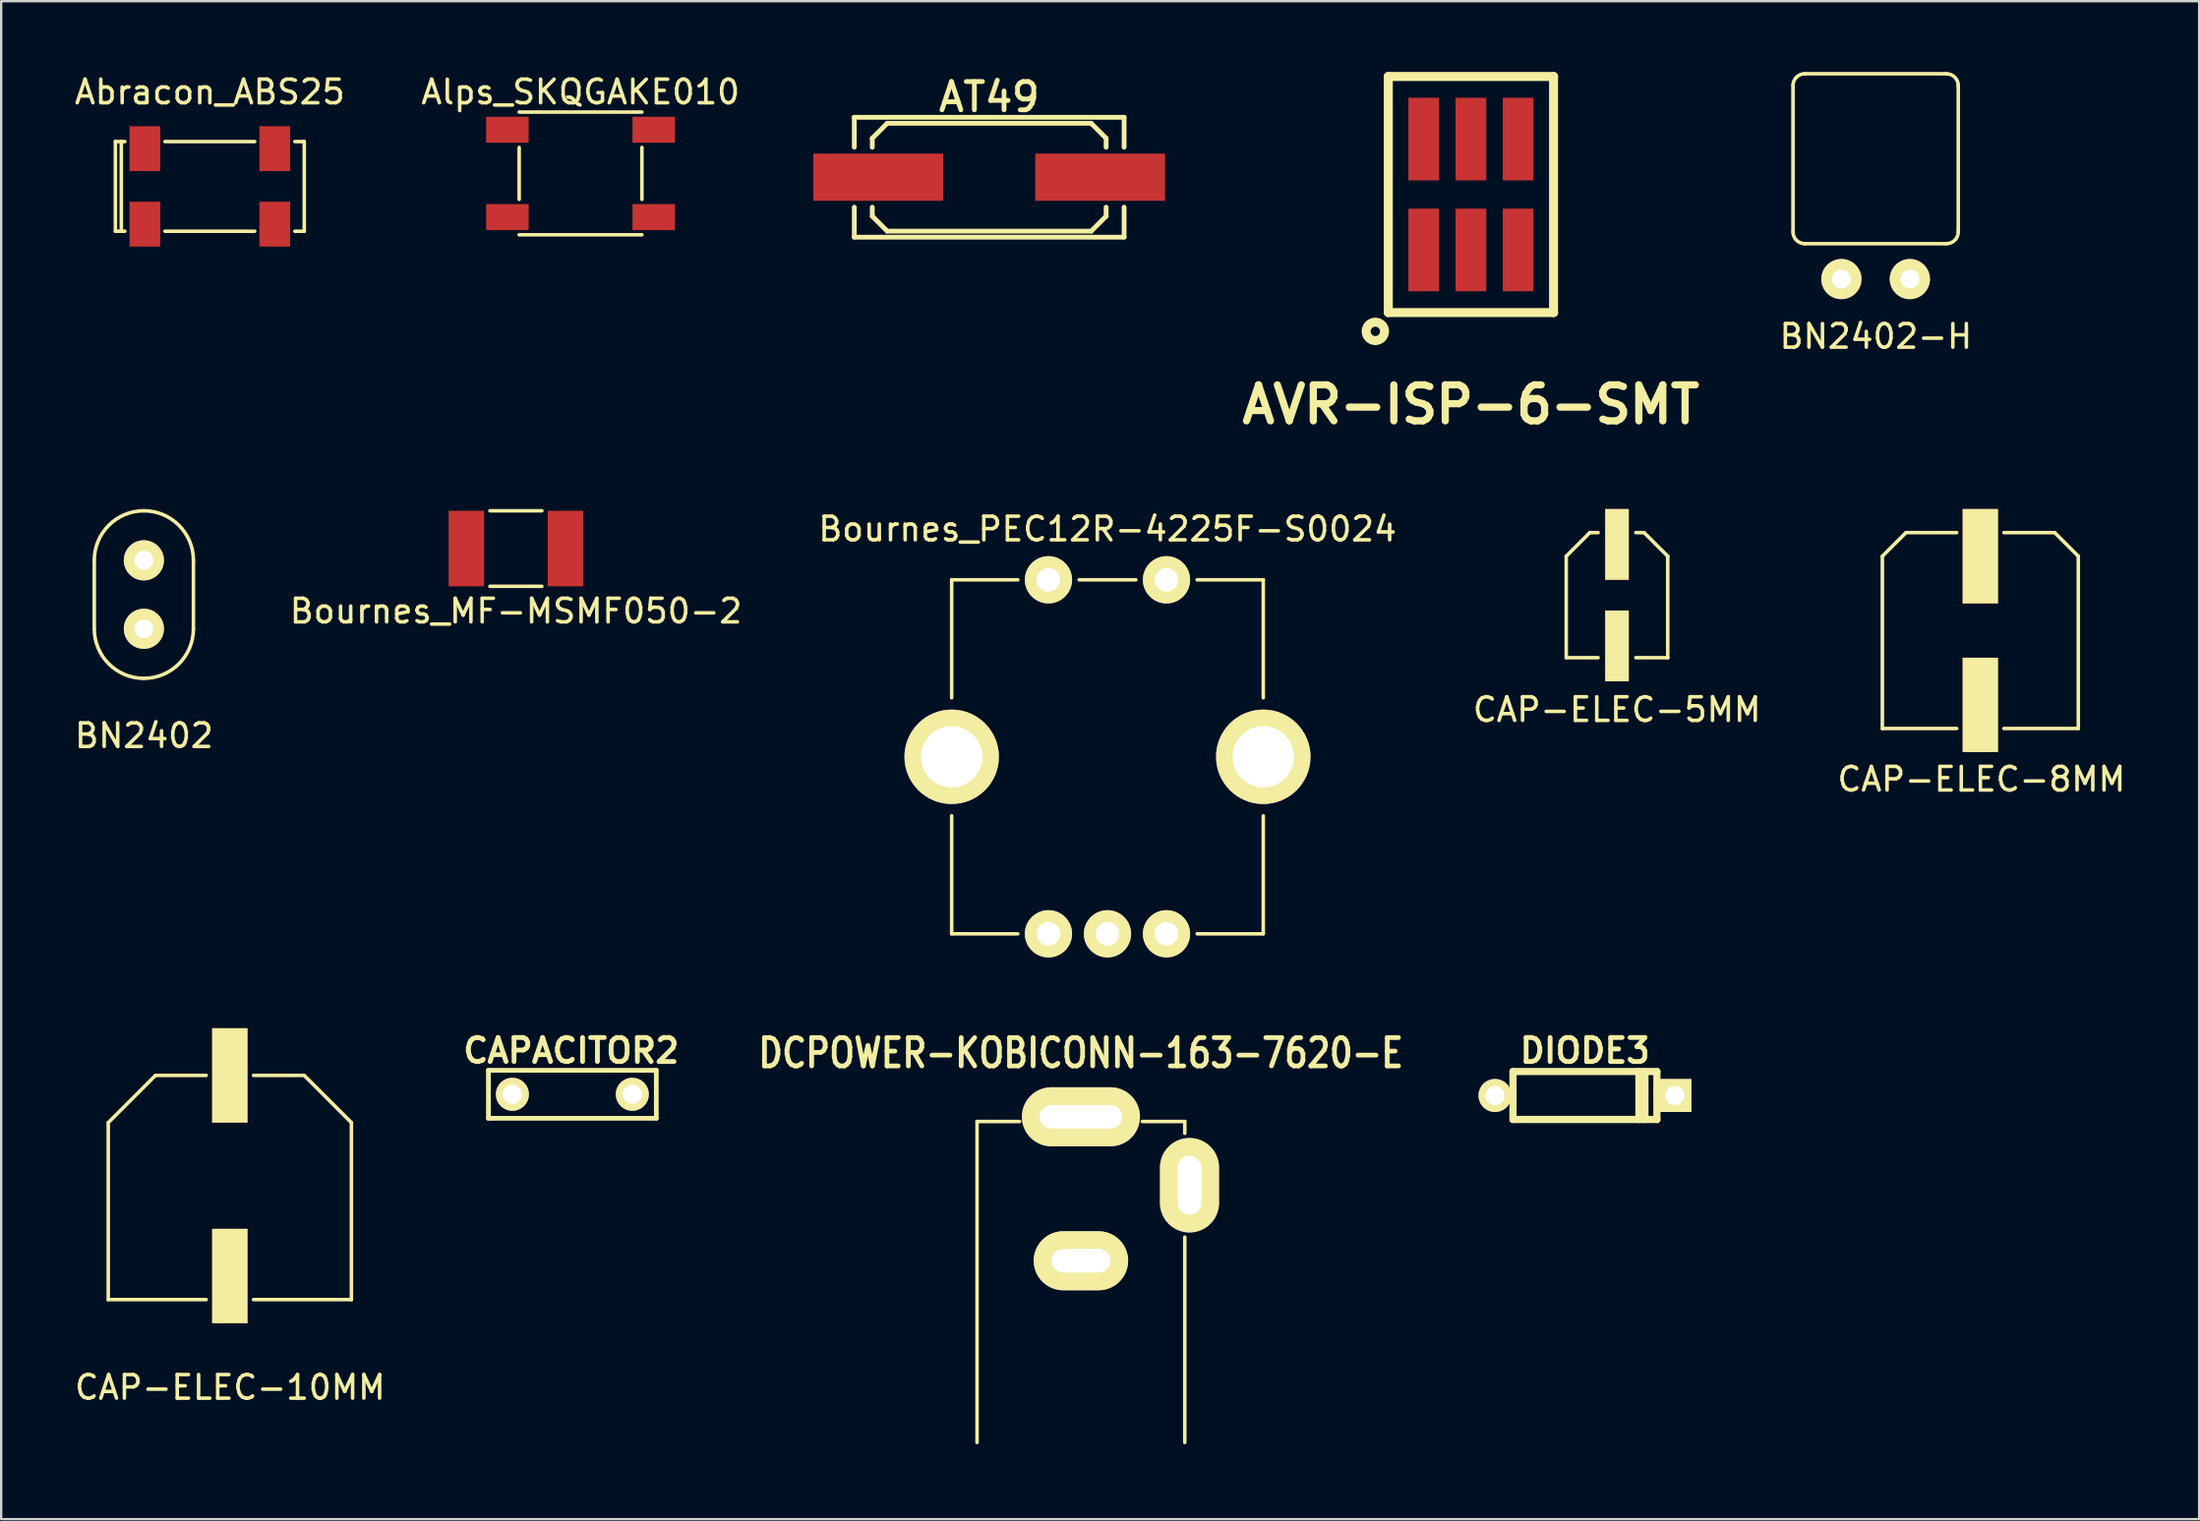
<source format=kicad_pcb>
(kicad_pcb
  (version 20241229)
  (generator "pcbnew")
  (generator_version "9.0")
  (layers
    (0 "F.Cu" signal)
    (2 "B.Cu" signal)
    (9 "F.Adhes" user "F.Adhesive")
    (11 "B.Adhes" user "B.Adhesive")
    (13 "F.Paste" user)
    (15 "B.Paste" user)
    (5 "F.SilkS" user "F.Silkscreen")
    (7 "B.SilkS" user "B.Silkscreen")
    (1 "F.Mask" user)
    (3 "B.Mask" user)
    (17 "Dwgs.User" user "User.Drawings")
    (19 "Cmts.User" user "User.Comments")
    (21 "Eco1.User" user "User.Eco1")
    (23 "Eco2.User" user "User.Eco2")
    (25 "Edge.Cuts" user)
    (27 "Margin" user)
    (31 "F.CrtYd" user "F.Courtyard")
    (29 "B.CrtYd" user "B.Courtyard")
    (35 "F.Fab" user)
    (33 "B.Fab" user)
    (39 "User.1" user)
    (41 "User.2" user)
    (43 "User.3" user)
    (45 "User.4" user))
  (footprint "BN2402"
    (layer "F.Cu")
    (at 3.044 25.693)
    (property "Reference" "BN2402" (at 0.01 2.43 0) (layer "F.SilkS") (effects (font (size 1 1) (thickness 0.15))))
    (attr through_hole)
    (fp_line (start -2.1 -2.1) (end -2.1 -5) (stroke (width 0.15) (type solid)) (layer "F.SilkS"))
    (fp_line (start 2.1 -2.1) (end 2.1 -5) (stroke (width 0.15) (type solid)) (layer "F.SilkS"))
    (fp_arc (start -2.1 -5) (mid -1.484924 -6.484924) (end 0 -7.1) (stroke (width 0.15) (type solid)) (layer "F.SilkS"))
    (fp_arc (start 0 -7.1) (mid 1.484924 -6.484924) (end 2.1 -5) (stroke (width 0.15) (type solid)) (layer "F.SilkS"))
    (fp_arc (start 0 0) (mid -1.484924 -0.615076) (end -2.1 -2.1) (stroke (width 0.15) (type solid)) (layer "F.SilkS"))
    (fp_arc (start 2.1 -2.1) (mid 1.484924 -0.615076) (end 0 0) (stroke (width 0.15) (type solid)) (layer "F.SilkS"))
    (pad "1" thru_hole circle (at 0 -2.1) (size 1.7 1.7) (drill 0.8) (layers "*.Cu" "*.Mask" "F.SilkS"))
    (pad "2" thru_hole circle (at 0 -5) (size 1.7 1.7) (drill 0.8) (layers "*.Cu" "*.Mask" "F.SilkS")))
  (footprint "CAP-ELEC-8MM"
    (layer "F.Cu")
    (at 80.837 28.818)
    (property "Reference" "CAP-ELEC-8MM" (at 0.05 1.15 0) (layer "F.SilkS") (effects (font (size 1 1) (thickness 0.15))))
    (attr through_hole)
    (fp_line (start -4.15 -8.3) (end -4.15 -1) (stroke (width 0.15) (type solid)) (layer "F.SilkS"))
    (fp_line (start -3.15 -9.3) (end -4.15 -8.3) (stroke (width 0.15) (type solid)) (layer "F.SilkS"))
    (fp_line (start -1 -9.3) (end -3.15 -9.3) (stroke (width 0.15) (type solid)) (layer "F.SilkS"))
    (fp_line (start -1 -1) (end -4.15 -1) (stroke (width 0.15) (type solid)) (layer "F.SilkS"))
    (fp_line (start 1 -9.3) (end 3.15 -9.3) (stroke (width 0.15) (type solid)) (layer "F.SilkS"))
    (fp_line (start 1 -1) (end 4.15 -1) (stroke (width 0.15) (type solid)) (layer "F.SilkS"))
    (fp_line (start 3.15 -9.3) (end 4.15 -8.3) (stroke (width 0.15) (type solid)) (layer "F.SilkS"))
    (fp_line (start 4.15 -8.3) (end 4.15 -1) (stroke (width 0.15) (type solid)) (layer "F.SilkS"))
    (pad "1" smd rect (at 0 -8.3) (size 1.5 4) (layers "F.Cu" "F.Mask" "F.SilkS"))
    (pad "2" smd rect (at 0 -2) (size 1.5 4) (layers "F.Cu" "F.Mask" "F.SilkS")))
  (footprint "CAP-ELEC-5MM"
    (layer "F.Cu")
    (at 65.446 25.818)
    (property "Reference" "CAP-ELEC-5MM" (at 0 1.2 0) (layer "F.SilkS") (effects (font (size 1 1) (thickness 0.15))))
    (attr through_hole)
    (fp_line (start -2.15 -5.3) (end -2.15 -1) (stroke (width 0.15) (type solid)) (layer "F.SilkS"))
    (fp_line (start -1.15 -6.3) (end -2.15 -5.3) (stroke (width 0.15) (type solid)) (layer "F.SilkS"))
    (fp_line (start -0.8 -6.3) (end -1.15 -6.3) (stroke (width 0.15) (type solid)) (layer "F.SilkS"))
    (fp_line (start -0.8 -1) (end -2.15 -1) (stroke (width 0.15) (type solid)) (layer "F.SilkS"))
    (fp_line (start 0.8 -6.3) (end 1.15 -6.3) (stroke (width 0.15) (type solid)) (layer "F.SilkS"))
    (fp_line (start 0.8 -1) (end 2.15 -1) (stroke (width 0.15) (type solid)) (layer "F.SilkS"))
    (fp_line (start 1.15 -6.3) (end 2.15 -5.3) (stroke (width 0.15) (type solid)) (layer "F.SilkS"))
    (fp_line (start 2.15 -5.3) (end 2.15 -1) (stroke (width 0.15) (type solid)) (layer "F.SilkS"))
    (pad "1" smd rect (at 0 -5.8) (size 1 3) (layers "F.Cu" "F.Mask" "F.SilkS"))
    (pad "2" smd rect (at 0 -1.5) (size 1 3) (layers "F.Cu" "F.Mask" "F.SilkS")))
  (footprint "AT49"
    (layer "F.Cu")
    (at 38.853 4.459)
    (property "Reference" "AT49" (at 0 -3.4 0) (layer "F.SilkS") (effects (font (size 1.2 1.2) (thickness 0.203))))
    (attr through_hole)
    (fp_line (start -5.715 -2.54) (end -5.715 -1.27) (stroke (width 0.203) (type solid)) (layer "F.SilkS"))
    (fp_line (start -5.715 -2.54) (end 5.715 -2.54) (stroke (width 0.203) (type solid)) (layer "F.SilkS"))
    (fp_line (start -5.715 2.54) (end -5.715 1.27) (stroke (width 0.203) (type solid)) (layer "F.SilkS"))
    (fp_line (start -4.953 -1.651) (end -4.953 -1.27) (stroke (width 0.203) (type solid)) (layer "F.SilkS"))
    (fp_line (start -4.953 1.651) (end -4.953 1.27) (stroke (width 0.203) (type solid)) (layer "F.SilkS"))
    (fp_line (start -4.953 1.651) (end -4.318 2.286) (stroke (width 0.203) (type solid)) (layer "F.SilkS"))
    (fp_line (start -4.318 -2.286) (end -4.953 -1.651) (stroke (width 0.203) (type solid)) (layer "F.SilkS"))
    (fp_line (start -4.318 2.286) (end 4.318 2.286) (stroke (width 0.203) (type solid)) (layer "F.SilkS"))
    (fp_line (start 4.318 -2.286) (end -4.318 -2.286) (stroke (width 0.203) (type solid)) (layer "F.SilkS"))
    (fp_line (start 4.318 2.286) (end 4.953 1.651) (stroke (width 0.203) (type solid)) (layer "F.SilkS"))
    (fp_line (start 4.953 -1.651) (end 4.318 -2.286) (stroke (width 0.203) (type solid)) (layer "F.SilkS"))
    (fp_line (start 4.953 -1.651) (end 4.953 -1.27) (stroke (width 0.203) (type solid)) (layer "F.SilkS"))
    (fp_line (start 4.953 1.651) (end 4.953 1.27) (stroke (width 0.203) (type solid)) (layer "F.SilkS"))
    (fp_line (start 5.715 -2.54) (end 5.715 -1.27) (stroke (width 0.203) (type solid)) (layer "F.SilkS"))
    (fp_line (start 5.715 2.54) (end -5.715 2.54) (stroke (width 0.203) (type solid)) (layer "F.SilkS"))
    (fp_line (start 5.715 2.54) (end 5.715 1.27) (stroke (width 0.203) (type solid)) (layer "F.SilkS"))
    (pad "1" smd rect (at -4.699 0) (size 5.499 1.999) (layers "F.Cu" "F.Mask" "F.Paste"))
    (pad "2" smd rect (at 4.699 0) (size 5.499 1.999) (layers "F.Cu" "F.Mask" "F.Paste")))
  (footprint "Bournes_MF-MSMF050-2"
    (layer "F.Cu")
    (at 18.804 20.193)
    (property "Reference" "Bournes_MF-MSMF050-2" (at 0 2.65 0) (layer "F.SilkS") (effects (font (size 1 1) (thickness 0.15))))
    (attr through_hole)
    (fp_line (start -1.1 -1.6) (end 1.1 -1.6) (stroke (width 0.15) (type solid)) (layer "F.SilkS"))
    (fp_line (start -1.1 1.6) (end 1.1 1.6) (stroke (width 0.15) (type solid)) (layer "F.SilkS"))
    (pad "1" smd rect (at -2.1 0) (size 1.5 3.2) (layers "F.Cu" "F.Mask" "F.Paste"))
    (pad "2" smd rect (at 2.1 0) (size 1.5 3.2) (layers "F.Cu" "F.Mask" "F.Paste")))
  (footprint "Bournes_PEC12R-4225F-S0024"
    (layer "F.Cu")
    (at 43.863 29.017)
    (property "Reference" "Bournes_PEC12R-4225F-S0024" (at 0 -9.65 0) (layer "F.SilkS") (effects (font (size 1 1) (thickness 0.15))))
    (attr through_hole)
    (fp_line (start -6.6 -7.5) (end -3.8 -7.5) (stroke (width 0.15) (type solid)) (layer "F.SilkS"))
    (fp_line (start -6.6 -2.5) (end -6.6 -7.5) (stroke (width 0.15) (type solid)) (layer "F.SilkS"))
    (fp_line (start -6.6 2.5) (end -6.6 7.5) (stroke (width 0.15) (type solid)) (layer "F.SilkS"))
    (fp_line (start -6.6 7.5) (end -3.8 7.5) (stroke (width 0.15) (type solid)) (layer "F.SilkS"))
    (fp_line (start -1.2 -7.5) (end 1.2 -7.5) (stroke (width 0.15) (type solid)) (layer "F.SilkS"))
    (fp_line (start 3.8 -7.5) (end 6.6 -7.5) (stroke (width 0.15) (type solid)) (layer "F.SilkS"))
    (fp_line (start 3.8 7.5) (end 6.6 7.5) (stroke (width 0.15) (type solid)) (layer "F.SilkS"))
    (fp_line (start 6.6 -7.5) (end 6.6 -2.5) (stroke (width 0.15) (type solid)) (layer "F.SilkS"))
    (fp_line (start 6.6 7.5) (end 6.6 2.5) (stroke (width 0.15) (type solid)) (layer "F.SilkS"))
    (pad "" thru_hole circle (at -6.6 0) (size 4 4) (drill 2.6) (layers "*.Cu" "*.Mask" "F.SilkS"))
    (pad "" thru_hole circle (at 6.6 0) (size 4 4) (drill 2.6) (layers "*.Cu" "*.Mask" "F.SilkS"))
    (pad "1" thru_hole circle (at -2.5 7.5) (size 2 2) (drill 1) (layers "*.Cu" "*.Mask" "F.SilkS"))
    (pad "2" thru_hole circle (at 0 7.5) (size 2 2) (drill 1) (layers "*.Cu" "*.Mask" "F.SilkS"))
    (pad "3" thru_hole circle (at 2.5 7.5) (size 2 2) (drill 1) (layers "*.Cu" "*.Mask" "F.SilkS"))
    (pad "4" thru_hole circle (at 2.5 -7.5) (size 2 2) (drill 1) (layers "*.Cu" "*.Mask" "F.SilkS"))
    (pad "5" thru_hole circle (at -2.5 -7.5) (size 2 2) (drill 1) (layers "*.Cu" "*.Mask" "F.SilkS")))
  (footprint "CAPACITOR2"
    (layer "F.Cu")
    (at 21.195 43.317)
    (property "Reference" "CAPACITOR2" (at -0.051 -1.849 0) (layer "F.SilkS") (effects (font (size 1.016 1.016) (thickness 0.203))))
    (attr through_hole)
    (fp_line (start -3.556 -1.016) (end 3.556 -1.016) (stroke (width 0.2) (type solid)) (layer "F.SilkS"))
    (fp_line (start -3.556 1.016) (end -3.556 -1.016) (stroke (width 0.2) (type solid)) (layer "F.SilkS"))
    (fp_line (start 3.556 -1.016) (end 3.556 1.016) (stroke (width 0.2) (type solid)) (layer "F.SilkS"))
    (fp_line (start 3.556 1.016) (end -3.556 1.016) (stroke (width 0.2) (type solid)) (layer "F.SilkS"))
    (pad "1" thru_hole circle (at -2.54 0) (size 1.397 1.397) (drill 0.813) (layers "*.Cu" "*.Mask" "F.SilkS"))
    (pad "2" thru_hole circle (at 2.54 0) (size 1.397 1.397) (drill 0.813) (layers "*.Cu" "*.Mask" "F.SilkS")))
  (footprint "AVR-ISP-6-SMT"
    (layer "F.Cu")
    (at 59.259 5.192)
    (property "Reference" "AVR-ISP-6-SMT" (at 0 8.9 0) (layer "F.SilkS") (effects (font (size 1.524 1.524) (thickness 0.305))))
    (attr through_hole)
    (fp_line (start -3.5 -5.001) (end -3.5 5.001) (stroke (width 0.381) (type solid)) (layer "F.SilkS"))
    (fp_line (start -3.5 5.001) (end 3.5 5.001) (stroke (width 0.381) (type solid)) (layer "F.SilkS"))
    (fp_line (start 3.5 -5.001) (end -3.5 -5.001) (stroke (width 0.381) (type solid)) (layer "F.SilkS"))
    (fp_line (start 3.5 5.001) (end 3.5 -5.001) (stroke (width 0.381) (type solid)) (layer "F.SilkS"))
    (fp_circle (center -4.049 5.799) (end -3.8 6.099) (stroke (width 0.381) (type solid)) (fill no) (layer "F.SilkS"))
    (pad "1" smd rect (at -1.999 2.349) (size 1.3 3.5) (layers "F.Cu" "F.Mask" "F.Paste"))
    (pad "2" smd rect (at -1.999 -2.349) (size 1.3 3.5) (layers "F.Cu" "F.Mask" "F.Paste"))
    (pad "3" smd rect (at 0 2.349) (size 1.3 3.5) (layers "F.Cu" "F.Mask" "F.Paste"))
    (pad "4" smd rect (at 0 -2.349) (size 1.3 3.5) (layers "F.Cu" "F.Mask" "F.Paste"))
    (pad "5" smd rect (at 1.999 2.349) (size 1.3 3.5) (layers "F.Cu" "F.Mask" "F.Paste"))
    (pad "6" smd rect (at 1.999 -2.349) (size 1.3 3.5) (layers "F.Cu" "F.Mask" "F.Paste")))
  (footprint "BN2402-H"
    (layer "F.Cu")
    (at 76.402 8.775)
    (property "Reference" "BN2402-H" (at 0.01 2.43 0) (layer "F.SilkS") (effects (font (size 1 1) (thickness 0.15))))
    (attr through_hole)
    (fp_line (start -3.5 -2) (end -3.5 -8.2) (stroke (width 0.15) (type solid)) (layer "F.SilkS"))
    (fp_line (start -3 -1.5) (end 3 -1.5) (stroke (width 0.15) (type solid)) (layer "F.SilkS"))
    (fp_line (start 3 -8.7) (end -3 -8.7) (stroke (width 0.15) (type solid)) (layer "F.SilkS"))
    (fp_line (start 3.5 -2) (end 3.5 -8.2) (stroke (width 0.15) (type solid)) (layer "F.SilkS"))
    (fp_arc (start -3.5 -8.2) (mid -3.353553 -8.553553) (end -3 -8.7) (stroke (width 0.15) (type solid)) (layer "F.SilkS"))
    (fp_arc (start -3 -1.5) (mid -3.353553 -1.646447) (end -3.5 -2) (stroke (width 0.15) (type solid)) (layer "F.SilkS"))
    (fp_arc (start 3 -8.7) (mid 3.353553 -8.553553) (end 3.5 -8.2) (stroke (width 0.15) (type solid)) (layer "F.SilkS"))
    (fp_arc (start 3.5 -2) (mid 3.353553 -1.646447) (end 3 -1.5) (stroke (width 0.15) (type solid)) (layer "F.SilkS"))
    (pad "1" thru_hole circle (at 1.45 0) (size 1.7 1.7) (drill 0.8) (layers "*.Cu" "*.Mask" "F.SilkS"))
    (pad "2" thru_hole circle (at -1.45 0) (size 1.7 1.7) (drill 0.8) (layers "*.Cu" "*.Mask" "F.SilkS")))
  (footprint "Abracon_ABS25"
    (layer "F.Cu")
    (at 5.839 4.848)
    (property "Reference" "Abracon_ABS25" (at 0 -4 0) (layer "F.SilkS") (effects (font (size 1 1) (thickness 0.15))))
    (attr through_hole)
    (fp_line (start -4 -1.9) (end -3.6 -1.9) (stroke (width 0.15) (type solid)) (layer "F.SilkS"))
    (fp_line (start -4 1.9) (end -4 -1.9) (stroke (width 0.15) (type solid)) (layer "F.SilkS"))
    (fp_line (start -4 1.9) (end -3.6 1.9) (stroke (width 0.15) (type solid)) (layer "F.SilkS"))
    (fp_line (start -3.75 1.9) (end -3.75 -1.9) (stroke (width 0.15) (type solid)) (layer "F.SilkS"))
    (fp_line (start -1.9 -1.9) (end 1.9 -1.9) (stroke (width 0.15) (type solid)) (layer "F.SilkS"))
    (fp_line (start -1.9 1.9) (end 1.9 1.9) (stroke (width 0.15) (type solid)) (layer "F.SilkS"))
    (fp_line (start 4 -1.9) (end 3.6 -1.9) (stroke (width 0.15) (type solid)) (layer "F.SilkS"))
    (fp_line (start 4 1.9) (end 3.6 1.9) (stroke (width 0.15) (type solid)) (layer "F.SilkS"))
    (fp_line (start 4 1.9) (end 4 -1.9) (stroke (width 0.15) (type solid)) (layer "F.SilkS"))
    (pad "1" smd rect (at -2.75 1.6) (size 1.3 1.9) (layers "F.Cu" "F.Mask" "F.Paste"))
    (pad "2" smd rect (at 2.75 1.6) (size 1.3 1.9) (layers "F.Cu" "F.Mask" "F.Paste"))
    (pad "3" smd rect (at 2.75 -1.6) (size 1.3 1.9) (layers "F.Cu" "F.Mask" "F.Paste"))
    (pad "4" smd rect (at -2.75 -1.6) (size 1.3 1.9) (layers "F.Cu" "F.Mask" "F.Paste")))
  (footprint "DIODE3"
    (layer "F.Cu")
    (at 64.089 43.368)
    (property "Reference" "DIODE3" (at 0 -1.9 0) (layer "F.SilkS") (effects (font (size 1.016 1.016) (thickness 0.203))))
    (attr through_hole)
    (fp_line (start -3.048 -1.016) (end -3.048 0) (stroke (width 0.305) (type solid)) (layer "F.SilkS"))
    (fp_line (start -3.048 0) (end -3.81 0) (stroke (width 0.305) (type solid)) (layer "F.SilkS"))
    (fp_line (start -3.048 0) (end -3.048 1.016) (stroke (width 0.305) (type solid)) (layer "F.SilkS"))
    (fp_line (start -3.048 1.016) (end 3.048 1.016) (stroke (width 0.305) (type solid)) (layer "F.SilkS"))
    (fp_line (start 2.286 1.016) (end 2.286 -1.016) (stroke (width 0.305) (type solid)) (layer "F.SilkS"))
    (fp_line (start 2.54 -1.016) (end 2.54 1.016) (stroke (width 0.305) (type solid)) (layer "F.SilkS"))
    (fp_line (start 3.048 -1.016) (end -3.048 -1.016) (stroke (width 0.305) (type solid)) (layer "F.SilkS"))
    (fp_line (start 3.048 0) (end 3.048 -1.016) (stroke (width 0.305) (type solid)) (layer "F.SilkS"))
    (fp_line (start 3.048 1.016) (end 3.048 0) (stroke (width 0.305) (type solid)) (layer "F.SilkS"))
    (fp_line (start 3.81 0) (end 3.048 0) (stroke (width 0.305) (type solid)) (layer "F.SilkS"))
    (pad "1" thru_hole circle (at -3.81 0) (size 1.397 1.397) (drill 0.813) (layers "*.Cu" "*.Mask" "F.SilkS"))
    (pad "2" thru_hole rect (at 3.81 0) (size 1.397 1.397) (drill 0.813) (layers "*.Cu" "*.Mask" "F.SilkS")))
  (footprint "CAP-ELEC-10MM"
    (layer "F.Cu")
    (at 6.686 53.017)
    (property "Reference" "CAP-ELEC-10MM" (at 0.01 2.72 0) (layer "F.SilkS") (effects (font (size 1 1) (thickness 0.15))))
    (attr through_hole)
    (fp_line (start -5.15 -8.5) (end -5.15 -1) (stroke (width 0.15) (type solid)) (layer "F.SilkS"))
    (fp_line (start -3.15 -10.5) (end -5.15 -8.5) (stroke (width 0.15) (type solid)) (layer "F.SilkS"))
    (fp_line (start -1 -10.5) (end -3.15 -10.5) (stroke (width 0.15) (type solid)) (layer "F.SilkS"))
    (fp_line (start -1 -1) (end -5.15 -1) (stroke (width 0.15) (type solid)) (layer "F.SilkS"))
    (fp_line (start 1 -10.5) (end 3.15 -10.5) (stroke (width 0.15) (type solid)) (layer "F.SilkS"))
    (fp_line (start 1 -1) (end 5.15 -1) (stroke (width 0.15) (type solid)) (layer "F.SilkS"))
    (fp_line (start 3.15 -10.5) (end 5.15 -8.5) (stroke (width 0.15) (type solid)) (layer "F.SilkS"))
    (fp_line (start 5.15 -8.5) (end 5.15 -1) (stroke (width 0.15) (type solid)) (layer "F.SilkS"))
    (pad "1" smd rect (at 0 -10.5) (size 1.5 4) (layers "F.Cu" "F.Mask" "F.SilkS"))
    (pad "2" smd rect (at 0 -2) (size 1.5 4) (layers "F.Cu" "F.Mask" "F.SilkS")))
  (footprint "Alps_SKQGAKE010"
    (layer "F.Cu")
    (at 21.542 4.298)
    (property "Reference" "Alps_SKQGAKE010" (at 0 -3.45 0) (layer "F.SilkS") (effects (font (size 1 1) (thickness 0.15))))
    (attr through_hole)
    (fp_line (start -2.6 -2.6) (end 2.6 -2.6) (stroke (width 0.15) (type solid)) (layer "F.SilkS"))
    (fp_line (start -2.6 -1.1) (end -2.6 1.1) (stroke (width 0.15) (type solid)) (layer "F.SilkS"))
    (fp_line (start -2.6 2.6) (end 2.6 2.6) (stroke (width 0.15) (type solid)) (layer "F.SilkS"))
    (fp_line (start 2.6 -1.1) (end 2.6 1.1) (stroke (width 0.15) (type solid)) (layer "F.SilkS"))
    (pad "1" smd rect (at -3.1 -1.85) (size 1.8 1.1) (layers "F.Cu" "F.Mask" "F.Paste"))
    (pad "2" smd rect (at 3.1 -1.85) (size 1.8 1.1) (layers "F.Cu" "F.Mask" "F.Paste"))
    (pad "3" smd rect (at -3.1 1.85) (size 1.8 1.1) (layers "F.Cu" "F.Mask" "F.Paste"))
    (pad "4" smd rect (at 3.1 1.85) (size 1.8 1.1) (layers "F.Cu" "F.Mask" "F.Paste")))
  (footprint "DCPOWER-KOBICONN-163-7620-E"
    (layer "F.Cu")
    (at 42.738 58.07)
    (property "Reference" "DCPOWER-KOBICONN-163-7620-E" (at 0 -16.5 0) (layer "F.SilkS") (effects (font (size 1.2 1) (thickness 0.2))))
    (attr through_hole)
    (fp_line (start -4.4 -13.6) (end -4.4 0) (stroke (width 0.15) (type solid)) (layer "F.SilkS"))
    (fp_line (start -4.4 -13.6) (end -2.6 -13.6) (stroke (width 0.15) (type solid)) (layer "F.SilkS"))
    (fp_line (start 4.4 -13.6) (end 2.6 -13.6) (stroke (width 0.15) (type solid)) (layer "F.SilkS"))
    (fp_line (start 4.4 -13.6) (end 4.4 -13.1) (stroke (width 0.15) (type solid)) (layer "F.SilkS"))
    (fp_line (start 4.4 0) (end 4.4 -8.7) (stroke (width 0.15) (type solid)) (layer "F.SilkS"))
    (pad "1" thru_hole oval (at 0 -13.8) (size 5 2.5) (drill oval 3.5 1) (layers "*.Cu" "*.Mask" "F.SilkS"))
    (pad "2" thru_hole oval (at 4.6 -10.9) (size 2.5 4) (drill oval 1 2.5) (layers "*.Cu" "*.Mask" "F.SilkS"))
    (pad "3" thru_hole oval (at 0 -7.7) (size 4 2.5) (drill oval 2.5 1) (layers "*.Cu" "*.Mask" "F.SilkS")))
  (gr_rect
    (start -3 -3)
    (end 90.107 61.32)
    (stroke (width 0.1) (type default))
    (fill no)
    (layer "Edge.Cuts")))
</source>
